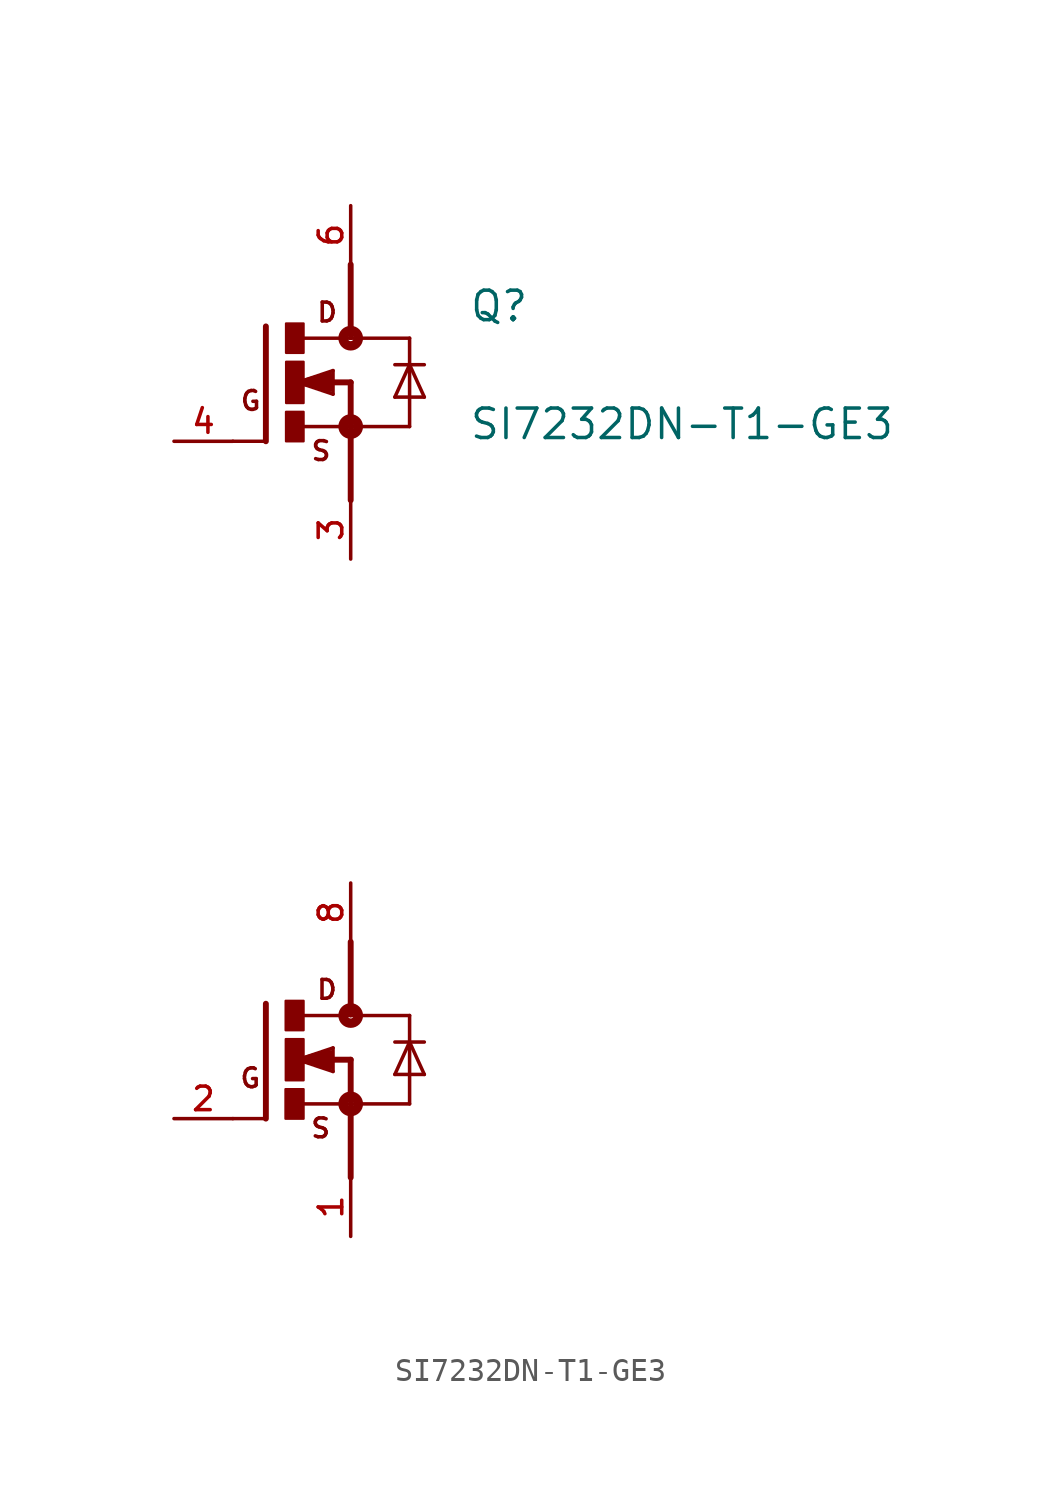
<source format=kicad_sym>
(kicad_symbol_lib
  (version 20241209)
  (generator "kicad_symbol_editor")
  (generator_version "9.0")
  (symbol "SI7232DN-T1-GE3"
    (pin_names
      (offset 1.016))
    (property "Reference" "Q"
      (at 12.71 2.542 0)
      (effects (font (size 1.27 1.27)) (justify left bottom)))
    (property "Value" "SI7232DN-T1-GE3"
      (at 12.704 -2.541 0)
      (effects (font (size 1.27 1.27)) (justify left bottom)))
    (symbol "SI7232DN-T1-GE3_0_0"
      (polyline (pts (xy 3.962 2.413) (xy 3.962 -2.54)) (stroke (width 0.254) (type default)) (fill (type none)))
      (polyline (pts (xy 3.962 -2.54) (xy 2.54 -2.54)) (stroke (width 0.152) (type default)) (fill (type none)))
      (polyline (pts (xy 3.962 -26.797) (xy 3.962 -31.75)) (stroke (width 0.254) (type default)) (fill (type none)))
      (polyline (pts (xy 3.962 -31.75) (xy 2.54 -31.75)) (stroke (width 0.152) (type default)) (fill (type none)))
      (rectangle (start 4.808 -31.755) (end 5.588 -30.48) (stroke (width 0.1) (type default)) (fill (type outline)))
      (rectangle (start 4.815 -27.939) (end 5.588 -26.67) (stroke (width 0.1) (type default)) (fill (type outline)))
      (rectangle (start 4.82 -30.099) (end 5.588 -28.321) (stroke (width 0.1) (type default)) (fill (type outline)))
      (rectangle (start 4.831 -2.542) (end 5.588 -1.27) (stroke (width 0.1) (type default)) (fill (type outline)))
      (rectangle (start 4.832 1.272) (end 5.588 2.54) (stroke (width 0.1) (type default)) (fill (type outline)))
      (rectangle (start 4.835 -0.891) (end 5.588 0.889) (stroke (width 0.1) (type default)) (fill (type outline)))
      (polyline (pts (xy 5.334 0) (xy 6.858 -0.508)) (stroke (width 0.152) (type default)) (fill (type none)))
      (polyline (pts (xy 5.334 -29.21) (xy 6.858 -29.718)) (stroke (width 0.152) (type default)) (fill (type none)))
      (polyline (pts (xy 5.588 0) (xy 5.334 0)) (stroke (width 0.254) (type default)) (fill (type none)))
      (polyline (pts (xy 5.588 0) (xy 6.731 -0.254)) (stroke (width 0.305) (type default)) (fill (type none)))
      (polyline (pts (xy 5.588 -1.905) (xy 7.62 -1.905)) (stroke (width 0.152) (type default)) (fill (type none)))
      (polyline (pts (xy 5.588 -29.21) (xy 5.334 -29.21)) (stroke (width 0.254) (type default)) (fill (type none)))
      (polyline (pts (xy 5.588 -29.21) (xy 6.731 -29.464)) (stroke (width 0.305) (type default)) (fill (type none)))
      (polyline (pts (xy 5.588 -31.115) (xy 7.62 -31.115)) (stroke (width 0.152) (type default)) (fill (type none)))
      (polyline (pts (xy 5.715 0) (xy 5.588 0)) (stroke (width 0.254) (type default)) (fill (type none)))
      (polyline (pts (xy 5.715 -29.21) (xy 5.588 -29.21)) (stroke (width 0.254) (type default)) (fill (type none)))
      (polyline (pts (xy 6.477 0.254) (xy 5.588 0)) (stroke (width 0.305) (type default)) (fill (type none)))
      (polyline (pts (xy 6.477 -28.956) (xy 5.588 -29.21)) (stroke (width 0.305) (type default)) (fill (type none)))
      (polyline (pts (xy 6.731 0.254) (xy 5.334 0)) (stroke (width 0.152) (type default)) (fill (type none)))
      (polyline (pts (xy 6.731 0.254) (xy 5.715 0)) (stroke (width 0.305) (type default)) (fill (type none)))
      (polyline (pts (xy 6.731 -0.254) (xy 6.731 0.254)) (stroke (width 0.305) (type default)) (fill (type none)))
      (polyline (pts (xy 6.731 -28.956) (xy 5.334 -29.21)) (stroke (width 0.152) (type default)) (fill (type none)))
      (polyline (pts (xy 6.731 -28.956) (xy 5.715 -29.21)) (stroke (width 0.305) (type default)) (fill (type none)))
      (polyline (pts (xy 6.731 -29.464) (xy 6.731 -28.956)) (stroke (width 0.305) (type default)) (fill (type none)))
      (polyline (pts (xy 6.858 0.508) (xy 5.334 0)) (stroke (width 0.152) (type default)) (fill (type none)))
      (polyline (pts (xy 6.858 0) (xy 5.715 0)) (stroke (width 0.254) (type default)) (fill (type none)))
      (polyline (pts (xy 6.858 0) (xy 6.858 0.508)) (stroke (width 0.152) (type default)) (fill (type none)))
      (polyline (pts (xy 6.858 0) (xy 7.62 0)) (stroke (width 0.254) (type default)) (fill (type none)))
      (polyline (pts (xy 6.858 -0.508) (xy 6.858 0)) (stroke (width 0.152) (type default)) (fill (type none)))
      (polyline (pts (xy 6.858 -28.702) (xy 5.334 -29.21)) (stroke (width 0.152) (type default)) (fill (type none)))
      (polyline (pts (xy 6.858 -29.21) (xy 5.715 -29.21)) (stroke (width 0.254) (type default)) (fill (type none)))
      (polyline (pts (xy 6.858 -29.21) (xy 6.858 -28.702)) (stroke (width 0.152) (type default)) (fill (type none)))
      (polyline (pts (xy 6.858 -29.21) (xy 7.62 -29.21)) (stroke (width 0.254) (type default)) (fill (type none)))
      (polyline (pts (xy 6.858 -29.718) (xy 6.858 -29.21)) (stroke (width 0.152) (type default)) (fill (type none)))
      (polyline (pts (xy 7.62 5.08) (xy 7.62 2.032)) (stroke (width 0.254) (type default)) (fill (type none)))
      (polyline (pts (xy 7.62 2.032) (xy 7.62 1.905)) (stroke (width 0.152) (type default)) (fill (type none)))
      (polyline (pts (xy 7.62 1.905) (xy 5.613 1.905)) (stroke (width 0.152) (type default)) (fill (type none)))
      (polyline (pts (xy 7.62 1.905) (xy 10.16 1.905)) (stroke (width 0.152) (type default)) (fill (type none)))
      (circle (center 7.62 1.905) (radius 0.127) (stroke (width 0.406) (type default)) (fill (type none)))
      (polyline (pts (xy 7.62 0) (xy 7.62 -1.778)) (stroke (width 0.254) (type default)) (fill (type none)))
      (polyline (pts (xy 7.62 -1.905) (xy 7.62 -2.032)) (stroke (width 0.152) (type default)) (fill (type none)))
      (circle (center 7.62 -1.905) (radius 0.127) (stroke (width 0.406) (type default)) (fill (type none)))
      (polyline (pts (xy 7.62 -5.08) (xy 7.62 -2.032)) (stroke (width 0.254) (type default)) (fill (type none)))
      (polyline (pts (xy 7.62 -24.13) (xy 7.62 -27.178)) (stroke (width 0.254) (type default)) (fill (type none)))
      (polyline (pts (xy 7.62 -27.178) (xy 7.62 -27.305)) (stroke (width 0.152) (type default)) (fill (type none)))
      (polyline (pts (xy 7.62 -27.305) (xy 5.613 -27.305)) (stroke (width 0.152) (type default)) (fill (type none)))
      (polyline (pts (xy 7.62 -27.305) (xy 10.16 -27.305)) (stroke (width 0.152) (type default)) (fill (type none)))
      (circle (center 7.62 -27.305) (radius 0.127) (stroke (width 0.406) (type default)) (fill (type none)))
      (polyline (pts (xy 7.62 -29.21) (xy 7.62 -30.988)) (stroke (width 0.254) (type default)) (fill (type none)))
      (polyline (pts (xy 7.62 -31.115) (xy 7.62 -31.242)) (stroke (width 0.152) (type default)) (fill (type none)))
      (circle (center 7.62 -31.115) (radius 0.127) (stroke (width 0.406) (type default)) (fill (type none)))
      (polyline (pts (xy 7.62 -34.29) (xy 7.62 -31.242)) (stroke (width 0.254) (type default)) (fill (type none)))
      (polyline (pts (xy 9.525 0.762) (xy 10.16 0.762)) (stroke (width 0.152) (type default)) (fill (type none)))
      (polyline (pts (xy 9.525 -0.635) (xy 10.795 -0.635)) (stroke (width 0.152) (type default)) (fill (type none)))
      (polyline (pts (xy 9.525 -28.448) (xy 10.16 -28.448)) (stroke (width 0.152) (type default)) (fill (type none)))
      (polyline (pts (xy 9.525 -29.845) (xy 10.795 -29.845)) (stroke (width 0.152) (type default)) (fill (type none)))
      (polyline (pts (xy 10.16 1.905) (xy 10.16 0.762)) (stroke (width 0.152) (type default)) (fill (type none)))
      (polyline (pts (xy 10.16 0.762) (xy 9.525 -0.635)) (stroke (width 0.152) (type default)) (fill (type none)))
      (polyline (pts (xy 10.16 0.762) (xy 10.16 -1.905)) (stroke (width 0.152) (type default)) (fill (type none)))
      (polyline (pts (xy 10.16 0.762) (xy 10.795 0.762)) (stroke (width 0.152) (type default)) (fill (type none)))
      (polyline (pts (xy 10.16 -1.905) (xy 7.62 -1.905)) (stroke (width 0.152) (type default)) (fill (type none)))
      (polyline (pts (xy 10.16 -27.305) (xy 10.16 -28.448)) (stroke (width 0.152) (type default)) (fill (type none)))
      (polyline (pts (xy 10.16 -28.448) (xy 9.525 -29.845)) (stroke (width 0.152) (type default)) (fill (type none)))
      (polyline (pts (xy 10.16 -28.448) (xy 10.16 -31.115)) (stroke (width 0.152) (type default)) (fill (type none)))
      (polyline (pts (xy 10.16 -28.448) (xy 10.795 -28.448)) (stroke (width 0.152) (type default)) (fill (type none)))
      (polyline (pts (xy 10.16 -31.115) (xy 7.62 -31.115)) (stroke (width 0.152) (type default)) (fill (type none)))
      (polyline (pts (xy 10.795 -0.635) (xy 10.16 0.762)) (stroke (width 0.152) (type default)) (fill (type none)))
      (polyline (pts (xy 10.795 -29.845) (xy 10.16 -28.448)) (stroke (width 0.152) (type default)) (fill (type none)))
      (text "G" (at 2.784 -30.481 0) (effects (font (size 0.814 0.814)) (justify left bottom)))
      (text "G" (at 2.799 -1.272 0) (effects (font (size 0.814 0.814)) (justify left bottom)))
      (text "S" (at 5.839 -32.64 0) (effects (font (size 0.813 0.813)) (justify left bottom)))
      (text "S" (at 5.853 -3.435 0) (effects (font (size 0.814 0.814)) (justify left bottom)))
      (text "D" (at 6.09 -26.668 0) (effects (font (size 0.813 0.813)) (justify left bottom)))
      (text "D" (at 6.1 2.542 0) (effects (font (size 0.813 0.813)) (justify left bottom)))
      (pin passive line (at 0 -2.54 0) (length 2.54) (name "~" (effects (font (size 1.016 1.016)))) (number "4" (effects (font (size 1.016 1.016)))))
      (pin passive line (at 0 -31.75 0) (length 2.54) (name "~" (effects (font (size 1.016 1.016)))) (number "2" (effects (font (size 1.016 1.016)))))
      (pin passive line (at 7.62 7.62 270) (length 2.54) (name "~" (effects (font (size 1.016 1.016)))) (number "6" (effects (font (size 1.016 1.016)))))
      (pin passive line (at 7.62 -7.62 90) (length 2.54) (name "~" (effects (font (size 1.016 1.016)))) (number "3" (effects (font (size 1.016 1.016)))))
      (pin passive line (at 7.62 -21.59 270) (length 2.54) (name "~" (effects (font (size 1.016 1.016)))) (number "8" (effects (font (size 1.016 1.016)))))
      (pin passive line (at 7.62 -36.83 90) (length 2.54) (name "~" (effects (font (size 1.016 1.016)))) (number "1" (effects (font (size 1.016 1.016))))))
    (symbol "SI7232DN-T1-GE3_1_0"
      (pin passive line (at 7.62 7.62 270) (length 2.54) (hide yes) (name "~" (effects (font (size 1.016 1.016)))) (number "5" (effects (font (size 1.016 1.016)))))
      (pin passive line (at 7.62 -21.59 270) (length 2.54) (hide yes) (name "~" (effects (font (size 1.016 1.016)))) (number "7" (effects (font (size 1.016 1.016))))))))
</source>
